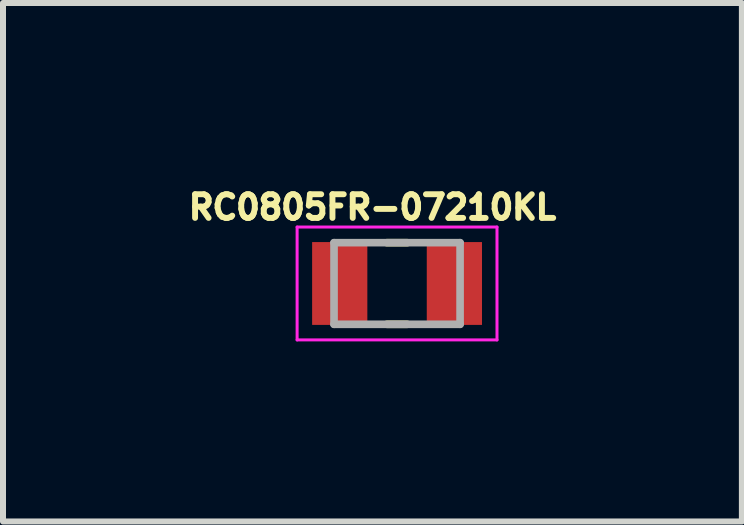
<source format=kicad_pcb>
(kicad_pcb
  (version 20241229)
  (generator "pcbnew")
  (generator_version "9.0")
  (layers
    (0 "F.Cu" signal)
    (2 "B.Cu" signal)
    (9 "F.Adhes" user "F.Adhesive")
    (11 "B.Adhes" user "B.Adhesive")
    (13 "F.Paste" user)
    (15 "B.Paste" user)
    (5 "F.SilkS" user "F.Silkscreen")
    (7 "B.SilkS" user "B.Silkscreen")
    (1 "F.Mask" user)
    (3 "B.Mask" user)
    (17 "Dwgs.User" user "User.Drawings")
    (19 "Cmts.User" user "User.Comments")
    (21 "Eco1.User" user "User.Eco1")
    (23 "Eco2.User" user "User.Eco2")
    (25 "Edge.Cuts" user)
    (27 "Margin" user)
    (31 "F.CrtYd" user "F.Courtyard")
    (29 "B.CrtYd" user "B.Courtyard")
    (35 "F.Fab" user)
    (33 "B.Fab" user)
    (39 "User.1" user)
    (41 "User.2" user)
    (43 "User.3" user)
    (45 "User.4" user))
  (footprint "RC0805FR-07210KL"
    (layer "F.Cu")
    (at 3.565 1.673)
    (property "Reference" "RC0805FR-07210KL" (at -0.41 -1.27 0) (layer "F.SilkS") (effects (font (size 0.394 0.394) (thickness 0.15))))
    (attr smd)
    (fp_line (start -0.17 -0.68) (end 0.17 -0.68) (stroke (width 0.127) (type solid)) (layer "F.SilkS"))
    (fp_line (start -0.17 0.68) (end 0.17 0.68) (stroke (width 0.127) (type solid)) (layer "F.SilkS"))
    (fp_line (start -1.665 -0.94) (end 1.665 -0.94) (stroke (width 0.05) (type solid)) (layer "F.CrtYd"))
    (fp_line (start -1.665 0.94) (end -1.665 -0.94) (stroke (width 0.05) (type solid)) (layer "F.CrtYd"))
    (fp_line (start -1.665 0.94) (end 1.665 0.94) (stroke (width 0.05) (type solid)) (layer "F.CrtYd"))
    (fp_line (start 1.665 0.94) (end 1.665 -0.94) (stroke (width 0.05) (type solid)) (layer "F.CrtYd"))
    (fp_line (start -1.05 0.68) (end -1.05 -0.68) (stroke (width 0.127) (type solid)) (layer "F.Fab"))
    (fp_line (start 1.05 -0.68) (end -1.05 -0.68) (stroke (width 0.127) (type solid)) (layer "F.Fab"))
    (fp_line (start 1.05 0.68) (end -1.05 0.68) (stroke (width 0.127) (type solid)) (layer "F.Fab"))
    (fp_line (start 1.05 0.68) (end 1.05 -0.68) (stroke (width 0.127) (type solid)) (layer "F.Fab"))
    (pad "1" smd rect (at -0.955 0) (size 0.92 1.38) (layers "F.Cu" "F.Mask" "F.Paste"))
    (pad "2" smd rect (at 0.955 0) (size 0.92 1.38) (layers "F.Cu" "F.Mask" "F.Paste")))
  (gr_rect
    (start -3 -3)
    (end 9.31 5.638)
    (stroke (width 0.1) (type default))
    (fill no)
    (layer "Edge.Cuts")))
</source>
